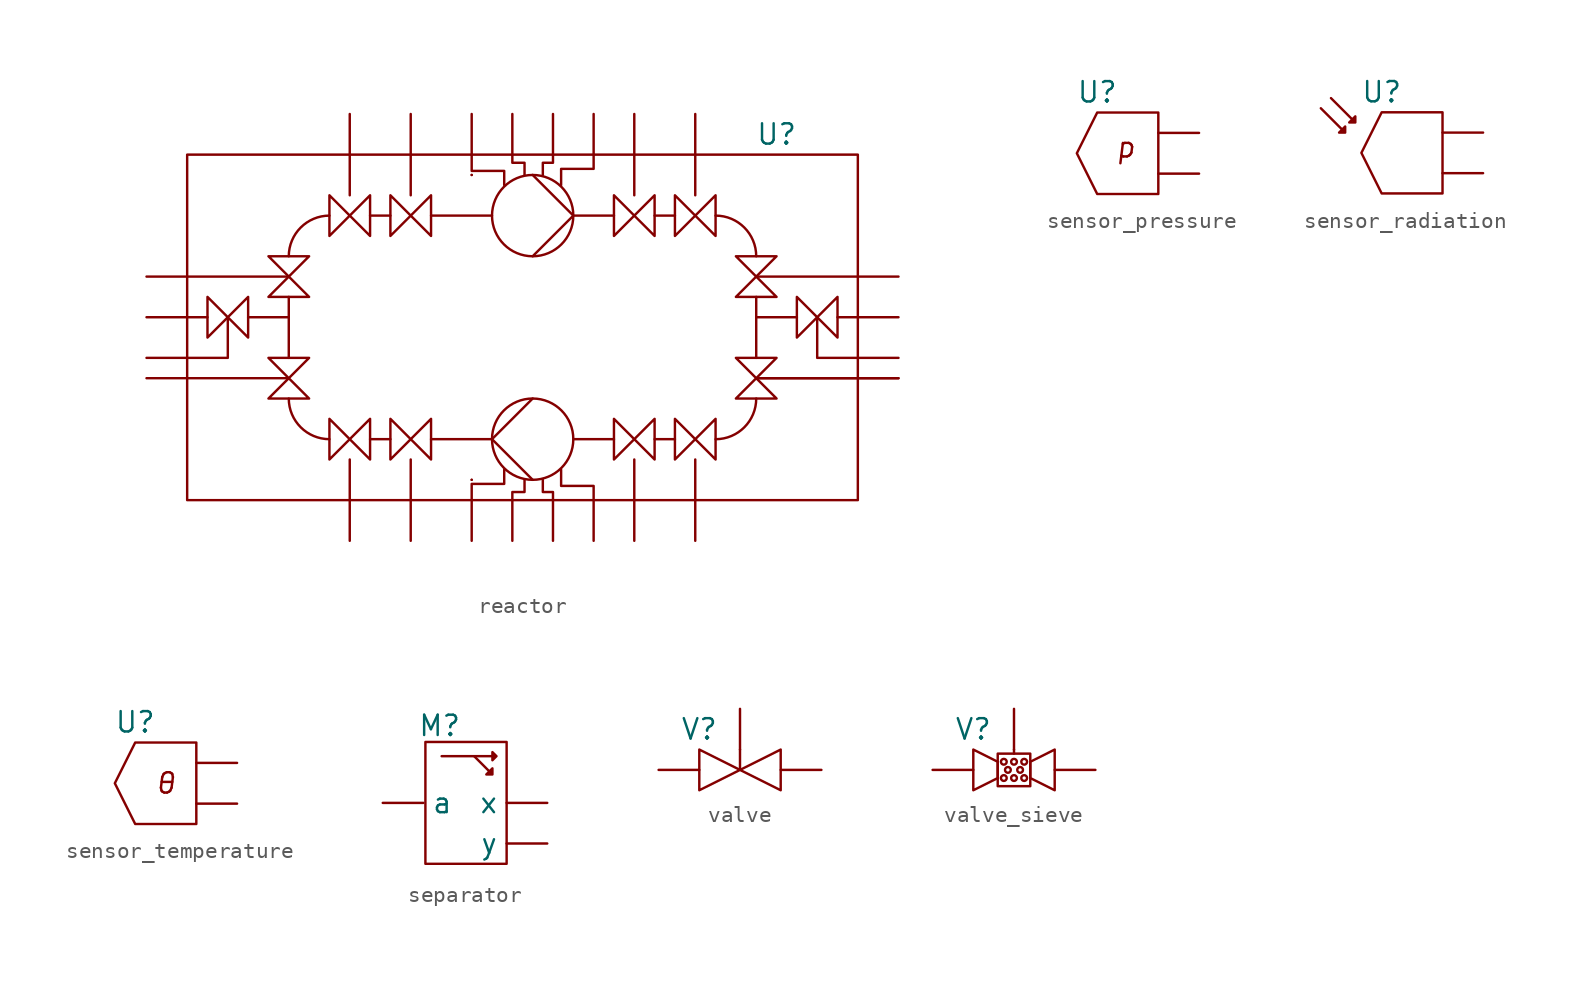
<source format=kicad_sym>
(kicad_symbol_lib
  (version 20231120)
  (generator "kicad_symbol_editor")
  (generator_version "8.0")
  (symbol "reactor"
    (pin_numbers hide)
    (pin_names hide)
    (property "Reference" "U"
      (at 15.24 11.43 0)
      (effects (font (size 1.27 1.27))))
    (property "Value" ""
      (at 0 0 0)
      (effects (font (size 1.27 1.27))))
    (symbol "reactor_0_1"
      (rectangle (start -21.59 10.16) (end 20.32 -11.43) (stroke (width 0) (type default)) (fill (type none)))
      (arc (start -15.24 -5.08) (mid -14.4949 -6.8749) (end -12.7 -7.62) (stroke (width 0) (type default)) (fill (type none)))
      (arc (start -12.7 6.35) (mid -14.4949 5.6049) (end -15.24 3.81) (stroke (width 0) (type default)) (fill (type none)))
      (rectangle (start -3.81 10.16) (end -3.81 10.16) (stroke (width 0) (type default)) (fill (type none)))
      (circle (center 0 -7.62) (radius 2.54) (stroke (width 0) (type default)) (fill (type none)))
      (polyline (pts (xy -20.32 0) (xy -21.59 0)) (stroke (width 0) (type default)) (fill (type none)))
      (polyline (pts (xy -17.78 0) (xy -15.24 0)) (stroke (width 0) (type default)) (fill (type none)))
      (polyline (pts (xy -15.24 -3.81) (xy -21.59 -3.81)) (stroke (width 0) (type default)) (fill (type none)))
      (polyline (pts (xy -15.24 1.27) (xy -15.24 -2.54)) (stroke (width 0) (type default)) (fill (type none)))
      (polyline (pts (xy -15.24 2.54) (xy -21.59 2.54)) (stroke (width 0) (type default)) (fill (type none)))
      (polyline (pts (xy -11.43 -8.89) (xy -11.43 -11.43)) (stroke (width 0) (type default)) (fill (type none)))
      (polyline (pts (xy -11.43 7.62) (xy -11.43 10.16)) (stroke (width 0) (type default)) (fill (type none)))
      (polyline (pts (xy -8.89 -7.62) (xy -10.16 -7.62)) (stroke (width 0) (type default)) (fill (type none)))
      (polyline (pts (xy -8.89 6.35) (xy -10.16 6.35)) (stroke (width 0) (type default)) (fill (type none)))
      (polyline (pts (xy -7.62 -8.89) (xy -7.62 -11.43)) (stroke (width 0) (type default)) (fill (type none)))
      (polyline (pts (xy -7.62 7.62) (xy -7.62 10.16)) (stroke (width 0) (type default)) (fill (type none)))
      (polyline (pts (xy -6.35 -7.62) (xy -2.54 -7.62)) (stroke (width 0) (type default)) (fill (type none)))
      (polyline (pts (xy -6.35 6.35) (xy -2.54 6.35)) (stroke (width 0) (type default)) (fill (type none)))
      (polyline (pts (xy -3.81 -10.16) (xy -3.81 -10.16)) (stroke (width 0) (type default)) (fill (type none)))
      (polyline (pts (xy -3.81 -10.16) (xy -3.81 -10.16)) (stroke (width 0) (type default)) (fill (type none)))
      (polyline (pts (xy -3.81 8.89) (xy -3.81 8.89)) (stroke (width 0) (type default)) (fill (type none)))
      (polyline (pts (xy -3.81 8.89) (xy -3.81 8.89)) (stroke (width 0) (type default)) (fill (type none)))
      (polyline (pts (xy 1.27 -11.43) (xy 1.27 -11.43)) (stroke (width 0) (type default)) (fill (type none)))
      (polyline (pts (xy 1.27 10.16) (xy 1.27 10.16)) (stroke (width 0) (type default)) (fill (type none)))
      (polyline (pts (xy 2.54 -7.62) (xy 5.08 -7.62)) (stroke (width 0) (type default)) (fill (type none)))
      (polyline (pts (xy 2.54 6.35) (xy 5.08 6.35)) (stroke (width 0) (type default)) (fill (type none)))
      (polyline (pts (xy 6.35 -8.89) (xy 6.35 -11.43)) (stroke (width 0) (type default)) (fill (type none)))
      (polyline (pts (xy 6.35 7.62) (xy 6.35 10.16)) (stroke (width 0) (type default)) (fill (type none)))
      (polyline (pts (xy 7.62 -7.62) (xy 8.89 -7.62)) (stroke (width 0) (type default)) (fill (type none)))
      (polyline (pts (xy 7.62 6.35) (xy 8.89 6.35)) (stroke (width 0) (type default)) (fill (type none)))
      (polyline (pts (xy 10.16 -8.89) (xy 10.16 -11.43)) (stroke (width 0) (type default)) (fill (type none)))
      (polyline (pts (xy 10.16 7.62) (xy 10.16 10.16)) (stroke (width 0) (type default)) (fill (type none)))
      (polyline (pts (xy 13.97 -3.81) (xy 20.32 -3.81)) (stroke (width 0) (type default)) (fill (type none)))
      (polyline (pts (xy 13.97 -3.81) (xy 20.32 -3.81)) (stroke (width 0) (type default)) (fill (type none)))
      (polyline (pts (xy 13.97 0) (xy 16.51 0)) (stroke (width 0) (type default)) (fill (type none)))
      (polyline (pts (xy 13.97 1.27) (xy 13.97 -2.54)) (stroke (width 0) (type default)) (fill (type none)))
      (polyline (pts (xy 13.97 2.54) (xy 20.32 2.54)) (stroke (width 0) (type default)) (fill (type none)))
      (polyline (pts (xy 19.05 0) (xy 20.32 0)) (stroke (width 0) (type default)) (fill (type none)))
      (polyline (pts (xy -19.05 0) (xy -19.05 -2.54) (xy -21.59 -2.54)) (stroke (width 0) (type default)) (fill (type none)))
      (polyline (pts (xy 0 -10.16) (xy -2.54 -7.62) (xy 0 -5.08)) (stroke (width 0) (type default)) (fill (type none)))
      (polyline (pts (xy 0 8.89) (xy 2.54 6.35) (xy 0 3.81)) (stroke (width 0) (type default)) (fill (type none)))
      (polyline (pts (xy 17.78 0) (xy 17.78 -2.54) (xy 20.32 -2.54)) (stroke (width 0) (type default)) (fill (type none)))
      (polyline (pts (xy -3.81 -11.43) (xy -3.81 -10.414) (xy -1.778 -10.414) (xy -1.778 -9.525)) (stroke (width 0) (type default)) (fill (type none)))
      (polyline (pts (xy -3.81 10.16) (xy -3.81 9.144) (xy -1.778 9.144) (xy -1.778 8.255)) (stroke (width 0) (type default)) (fill (type none)))
      (polyline (pts (xy -1.27 -11.43) (xy -1.27 -10.922) (xy -0.508 -10.922) (xy -0.508 -10.16)) (stroke (width 0) (type default)) (fill (type none)))
      (polyline (pts (xy -1.27 10.16) (xy -1.27 9.652) (xy -0.508 9.652) (xy -0.508 8.89)) (stroke (width 0) (type default)) (fill (type none)))
      (polyline (pts (xy 1.27 -11.43) (xy 1.27 -10.922) (xy 0.635 -10.922) (xy 0.635 -10.16)) (stroke (width 0) (type default)) (fill (type none)))
      (polyline (pts (xy 1.27 10.16) (xy 1.27 9.652) (xy 0.635 9.652) (xy 0.635 8.89)) (stroke (width 0) (type default)) (fill (type none)))
      (polyline (pts (xy 3.81 -11.43) (xy 3.81 -10.541) (xy 1.778 -10.541) (xy 1.778 -9.525)) (stroke (width 0) (type default)) (fill (type none)))
      (polyline (pts (xy 3.81 10.16) (xy 3.81 9.271) (xy 1.778 9.271) (xy 1.778 8.255)) (stroke (width 0) (type default)) (fill (type none)))
      (polyline (pts (xy -17.78 1.27) (xy -20.32 -1.27) (xy -20.32 1.27) (xy -17.78 -1.27) (xy -17.78 1.27)) (stroke (width 0) (type default)) (fill (type none)))
      (polyline (pts (xy -16.51 -5.08) (xy -13.97 -2.54) (xy -16.51 -2.54) (xy -13.97 -5.08) (xy -16.51 -5.08)) (stroke (width 0) (type default)) (fill (type none)))
      (polyline (pts (xy -16.51 3.81) (xy -13.97 1.27) (xy -16.51 1.27) (xy -13.97 3.81) (xy -16.51 3.81)) (stroke (width 0) (type default)) (fill (type none)))
      (polyline (pts (xy -10.16 -8.89) (xy -12.7 -6.35) (xy -12.7 -8.89) (xy -10.16 -6.35) (xy -10.16 -8.89)) (stroke (width 0) (type default)) (fill (type none)))
      (polyline (pts (xy -10.16 7.62) (xy -12.7 5.08) (xy -12.7 7.62) (xy -10.16 5.08) (xy -10.16 7.62)) (stroke (width 0) (type default)) (fill (type none)))
      (polyline (pts (xy -6.35 -8.89) (xy -8.89 -6.35) (xy -8.89 -8.89) (xy -6.35 -6.35) (xy -6.35 -8.89)) (stroke (width 0) (type default)) (fill (type none)))
      (polyline (pts (xy -6.35 7.62) (xy -8.89 5.08) (xy -8.89 7.62) (xy -6.35 5.08) (xy -6.35 7.62)) (stroke (width 0) (type default)) (fill (type none)))
      (polyline (pts (xy 5.08 -8.89) (xy 7.62 -6.35) (xy 7.62 -8.89) (xy 5.08 -6.35) (xy 5.08 -8.89)) (stroke (width 0) (type default)) (fill (type none)))
      (polyline (pts (xy 5.08 7.62) (xy 7.62 5.08) (xy 7.62 7.62) (xy 5.08 5.08) (xy 5.08 7.62)) (stroke (width 0) (type default)) (fill (type none)))
      (polyline (pts (xy 8.89 -8.89) (xy 11.43 -6.35) (xy 11.43 -8.89) (xy 8.89 -6.35) (xy 8.89 -8.89)) (stroke (width 0) (type default)) (fill (type none)))
      (polyline (pts (xy 8.89 7.62) (xy 11.43 5.08) (xy 11.43 7.62) (xy 8.89 5.08) (xy 8.89 7.62)) (stroke (width 0) (type default)) (fill (type none)))
      (polyline (pts (xy 15.24 -5.08) (xy 12.7 -2.54) (xy 15.24 -2.54) (xy 12.7 -5.08) (xy 15.24 -5.08)) (stroke (width 0) (type default)) (fill (type none)))
      (polyline (pts (xy 15.24 3.81) (xy 12.7 1.27) (xy 15.24 1.27) (xy 12.7 3.81) (xy 15.24 3.81)) (stroke (width 0) (type default)) (fill (type none)))
      (polyline (pts (xy 16.51 1.27) (xy 19.05 -1.27) (xy 19.05 1.27) (xy 16.51 -1.27) (xy 16.51 1.27)) (stroke (width 0) (type default)) (fill (type none)))
      (circle (center 0 6.35) (radius 2.54) (stroke (width 0) (type default)) (fill (type none)))
      (arc (start 11.43 -7.62) (mid 13.2258 -6.8758) (end 13.97 -5.08) (stroke (width 0) (type default)) (fill (type none)))
      (arc (start 13.97 3.81) (mid 13.2258 5.6058) (end 11.43 6.35) (stroke (width 0) (type default)) (fill (type none))))
    (symbol "reactor_1_1"
      (pin input line (at -24.13 0 0) (length 2.54) (name "in" (effects (font (size 1.27 1.27)))) (number "1" (effects (font (size 1.27 1.27)))))
      (pin input line (at 6.35 12.7 270) (length 2.54) (name "valve_ur3" (effects (font (size 1.27 1.27)))) (number "10" (effects (font (size 1.27 1.27)))))
      (pin input line (at 10.16 12.7 270) (length 2.54) (name "pump_ur2" (effects (font (size 1.27 1.27)))) (number "11" (effects (font (size 1.27 1.27)))))
      (pin input line (at 22.86 2.54 180) (length 2.54) (name "pump_ur1" (effects (font (size 1.27 1.27)))) (number "12" (effects (font (size 1.27 1.27)))))
      (pin output line (at 22.86 0 180) (length 2.54) (name "out" (effects (font (size 1.27 1.27)))) (number "13" (effects (font (size 1.27 1.27)))))
      (pin input line (at 22.86 -2.54 180) (length 2.54) (name "out_ctrl" (effects (font (size 1.27 1.27)))) (number "14" (effects (font (size 1.27 1.27)))))
      (pin input line (at 22.86 -3.81 180) (length 2.54) (name "valve_lr1" (effects (font (size 1.27 1.27)))) (number "15" (effects (font (size 1.27 1.27)))))
      (pin input line (at 22.86 -3.81 180) (length 2.54) (name "valve_lr1" (effects (font (size 1.27 1.27)))) (number "15" (effects (font (size 1.27 1.27)))))
      (pin input line (at 10.16 -13.97 90) (length 2.54) (name "valve_lr2" (effects (font (size 1.27 1.27)))) (number "16" (effects (font (size 1.27 1.27)))))
      (pin input line (at 6.35 -13.97 90) (length 2.54) (name "valve_lr3" (effects (font (size 1.27 1.27)))) (number "17" (effects (font (size 1.27 1.27)))))
      (pin input line (at 3.81 -13.97 90) (length 2.54) (name "pump_l1" (effects (font (size 1.27 1.27)))) (number "18" (effects (font (size 1.27 1.27)))))
      (pin input line (at 1.27 -13.97 90) (length 2.54) (name "pump_l2" (effects (font (size 1.27 1.27)))) (number "19" (effects (font (size 1.27 1.27)))))
      (pin input line (at -24.13 -2.54 0) (length 2.54) (name "in_ctrl" (effects (font (size 1.27 1.27)))) (number "2" (effects (font (size 1.27 1.27)))))
      (pin input line (at -1.27 -13.97 90) (length 2.54) (name "pump_l3" (effects (font (size 1.27 1.27)))) (number "20" (effects (font (size 1.27 1.27)))))
      (pin input line (at -3.81 -13.97 90) (length 2.54) (name "pump_l4" (effects (font (size 1.27 1.27)))) (number "21" (effects (font (size 1.27 1.27)))))
      (pin input line (at -7.62 -13.97 90) (length 2.54) (name "valve_ll3" (effects (font (size 1.27 1.27)))) (number "22" (effects (font (size 1.27 1.27)))))
      (pin input line (at -11.43 -13.97 90) (length 2.54) (name "valve_ll2" (effects (font (size 1.27 1.27)))) (number "23" (effects (font (size 1.27 1.27)))))
      (pin input line (at -24.13 -3.81 0) (length 2.54) (name "valve_ll1" (effects (font (size 1.27 1.27)))) (number "24" (effects (font (size 1.27 1.27)))))
      (pin input line (at -24.13 2.54 0) (length 2.54) (name "valve_ul1" (effects (font (size 1.27 1.27)))) (number "3" (effects (font (size 1.27 1.27)))))
      (pin input line (at -11.43 12.7 270) (length 2.54) (name "valve_ul2" (effects (font (size 1.27 1.27)))) (number "4" (effects (font (size 1.27 1.27)))))
      (pin input line (at -7.62 12.7 270) (length 2.54) (name "valve_ul3" (effects (font (size 1.27 1.27)))) (number "5" (effects (font (size 1.27 1.27)))))
      (pin input line (at -3.81 12.7 270) (length 2.54) (name "pump_u1" (effects (font (size 1.27 1.27)))) (number "6" (effects (font (size 1.27 1.27)))))
      (pin input line (at -1.27 12.7 270) (length 2.54) (name "pump_u2" (effects (font (size 1.27 1.27)))) (number "7" (effects (font (size 1.27 1.27)))))
      (pin input line (at 1.27 12.7 270) (length 2.54) (name "pump_u3" (effects (font (size 1.27 1.27)))) (number "8" (effects (font (size 1.27 1.27)))))
      (pin input line (at 3.81 12.7 270) (length 2.54) (name "pump_u4" (effects (font (size 1.27 1.27)))) (number "9" (effects (font (size 1.27 1.27)))))))
  (symbol "sensor_pressure"
    (property "Reference" "U"
      (at -1.27 3.81 0)
      (effects (font (size 1.27 1.27))))
    (property "Value" ""
      (at 0 0 0)
      (effects (font (size 1.27 1.27))))
    (symbol "sensor_pressure_0_1"
      (polyline (pts (xy 2.54 2.54) (xy -1.27 2.54) (xy -2.54 0) (xy -1.27 -2.54) (xy 2.54 -2.54) (xy 2.54 2.54)) (stroke (width 0) (type default)) (fill (type none))))
    (symbol "sensor_pressure_1_1"
      (text "p" (at 0.508 0.381 0) (effects (font (size 1.27 1.27) (italic yes))))
      (pin output line (at 5.08 -1.27 180) (length 2.54) (name "" (effects (font (size 1.27 1.27)))) (number "" (effects (font (size 1.27 1.27)))))
      (pin input line (at 5.08 1.27 180) (length 2.54) (name "" (effects (font (size 1.27 1.27)))) (number "" (effects (font (size 1.27 1.27)))))))
  (symbol "sensor_radiation"
    (pin_numbers hide)
    (pin_names hide)
    (property "Reference" "U"
      (at -1.27 3.81 0)
      (effects (font (size 1.27 1.27))))
    (property "Value" ""
      (at 0 0 0)
      (effects (font (size 1.27 1.27))))
    (symbol "sensor_radiation_0_1"
      (polyline (pts (xy 2.54 2.54) (xy -1.27 2.54) (xy -2.54 0) (xy -1.27 -2.54) (xy 2.54 -2.54) (xy 2.54 2.54)) (stroke (width 0) (type default)) (fill (type none))))
    (symbol "sensor_radiation_1_1"
      (polyline (pts (xy -5.08 2.794) (xy -3.556 1.27) (xy -3.556 1.651) (xy -3.937 1.27) (xy -3.556 1.27)) (stroke (width 0) (type default)) (fill (type none)))
      (polyline (pts (xy -4.445 3.429) (xy -2.921 1.905) (xy -2.921 2.286) (xy -3.302 1.905) (xy -2.921 1.905)) (stroke (width 0) (type default)) (fill (type none)))
      (pin input line (at 5.08 1.27 180) (length 2.54) (name "in" (effects (font (size 1.27 1.27)))) (number "1" (effects (font (size 1.27 1.27)))))
      (pin output line (at 5.08 -1.27 180) (length 2.54) (name "out" (effects (font (size 1.27 1.27)))) (number "2" (effects (font (size 1.27 1.27)))))))
  (symbol "sensor_temperature"
    (pin_numbers hide)
    (pin_names hide)
    (property "Reference" "U"
      (at -1.27 3.81 0)
      (effects (font (size 1.27 1.27))))
    (property "Value" ""
      (at 0 0 0)
      (effects (font (size 1.27 1.27))))
    (symbol "sensor_temperature_0_1"
      (polyline (pts (xy 2.54 2.54) (xy -1.27 2.54) (xy -2.54 0) (xy -1.27 -2.54) (xy 2.54 -2.54) (xy 2.54 2.54)) (stroke (width 0) (type default)) (fill (type none))))
    (symbol "sensor_temperature_1_1"
      (text "θ" (at 0.635 0 0) (effects (font (size 1.27 1.27) (italic yes))))
      (pin input line (at 5.08 1.27 180) (length 2.54) (name "in" (effects (font (size 1.27 1.27)))) (number "1" (effects (font (size 1.27 1.27)))))
      (pin output line (at 5.08 -1.27 180) (length 2.54) (name "out" (effects (font (size 1.27 1.27)))) (number "2" (effects (font (size 1.27 1.27)))))))
  (symbol "separator"
    (pin_numbers hide)
    (property "Reference" "M"
      (at -1.651 4.826 0)
      (effects (font (size 1.27 1.27))))
    (property "Value" ""
      (at 0 0 0)
      (effects (font (size 1.27 1.27))))
    (symbol "separator_0_1"
      (rectangle (start -2.54 3.81) (end 2.54 -3.81) (stroke (width 0) (type default)) (fill (type none)))
      (polyline (pts (xy -1.524 2.921) (xy 1.905 2.921) (xy 1.651 3.175) (xy 1.651 2.667) (xy 1.905 2.921)) (stroke (width 0) (type default)) (fill (type none)))
      (polyline (pts (xy 0.508 2.921) (xy 1.524 1.905) (xy 1.651 2.159) (xy 1.651 1.778) (xy 1.27 1.778) (xy 1.651 2.159)) (stroke (width 0) (type default)) (fill (type none))))
    (symbol "separator_1_1"
      (pin input line (at -5.207 0 0) (length 2.54) (name "a" (effects (font (size 1.27 1.27)))) (number "1" (effects (font (size 1.27 1.27)))))
      (pin output line (at 5.08 0 180) (length 2.54) (name "x" (effects (font (size 1.27 1.27)))) (number "2" (effects (font (size 1.27 1.27)))))
      (pin output line (at 5.08 -2.54 180) (length 2.54) (name "y" (effects (font (size 1.27 1.27)))) (number "3" (effects (font (size 1.27 1.27)))))))
  (symbol "valve"
    (pin_numbers hide)
    (pin_names hide)
    (property "Reference" "V"
      (at -2.54 2.54 0)
      (effects (font (size 1.27 1.27))))
    (property "Value" ""
      (at 0 0 0)
      (effects (font (size 1.27 1.27))))
    (symbol "valve_0_1"
      (polyline (pts (xy 0 1.27) (xy 0 0)) (stroke (width 0) (type default)) (fill (type none)))
      (polyline (pts (xy -2.54 1.27) (xy 2.54 -1.27) (xy 2.54 1.27) (xy -2.54 -1.27) (xy -2.54 1.27)) (stroke (width 0) (type default)) (fill (type none))))
    (symbol "valve_1_1"
      (pin bidirectional line (at -5.08 0 0) (length 2.54) (name "left" (effects (font (size 1.27 1.27)))) (number "1" (effects (font (size 1.27 1.27)))))
      (pin bidirectional line (at 5.08 0 180) (length 2.54) (name "right" (effects (font (size 1.27 1.27)))) (number "2" (effects (font (size 1.27 1.27)))))
      (pin input line (at 0 3.81 270) (length 2.54) (name "control" (effects (font (size 1.27 1.27)))) (number "3" (effects (font (size 1.27 1.27)))))))
  (symbol "valve_sieve"
    (pin_numbers hide)
    (pin_names hide)
    (property "Reference" "V"
      (at -2.54 2.54 0)
      (effects (font (size 1.27 1.27))))
    (property "Value" ""
      (at 0 0 0)
      (effects (font (size 1.27 1.27))))
    (symbol "valve_sieve_0_1"
      (rectangle (start -1.016 1.016) (end 1.016 -1.016) (stroke (width 0) (type default)) (fill (type none)))
      (circle (center -0.635 -0.508) (radius 0.18) (stroke (width 0) (type default)) (fill (type none)))
      (circle (center -0.635 0.508) (radius 0.18) (stroke (width 0) (type default)) (fill (type none)))
      (circle (center -0.381 0) (radius 0.18) (stroke (width 0) (type default)) (fill (type none)))
      (circle (center 0 -0.508) (radius 0.18) (stroke (width 0) (type default)) (fill (type none)))
      (polyline (pts (xy 0 1.27) (xy 0 1.016)) (stroke (width 0) (type default)) (fill (type none)))
      (polyline (pts (xy -2.54 -1.27) (xy -1.016 -0.508) (xy -1.016 0.508) (xy -2.54 1.27) (xy -2.54 -1.27)) (stroke (width 0) (type default)) (fill (type none)))
      (polyline (pts (xy 2.54 -1.27) (xy 1.016 -0.508) (xy 1.016 0.508) (xy 2.54 1.27) (xy 2.54 -1.27)) (stroke (width 0) (type default)) (fill (type none)))
      (circle (center 0 0.508) (radius 0.18) (stroke (width 0) (type default)) (fill (type none)))
      (circle (center 0.381 0) (radius 0.18) (stroke (width 0) (type default)) (fill (type none)))
      (circle (center 0.635 -0.508) (radius 0.18) (stroke (width 0) (type default)) (fill (type none)))
      (circle (center 0.635 0.508) (radius 0.18) (stroke (width 0) (type default)) (fill (type none))))
    (symbol "valve_sieve_1_1"
      (pin input line (at -5.08 0 0) (length 2.54) (name "in" (effects (font (size 1.27 1.27)))) (number "1" (effects (font (size 1.27 1.27)))))
      (pin output line (at 5.08 0 180) (length 2.54) (name "out" (effects (font (size 1.27 1.27)))) (number "2" (effects (font (size 1.27 1.27)))))
      (pin input line (at 0 3.81 270) (length 2.54) (name "control" (effects (font (size 1.27 1.27)))) (number "3" (effects (font (size 1.27 1.27))))))))
</source>
